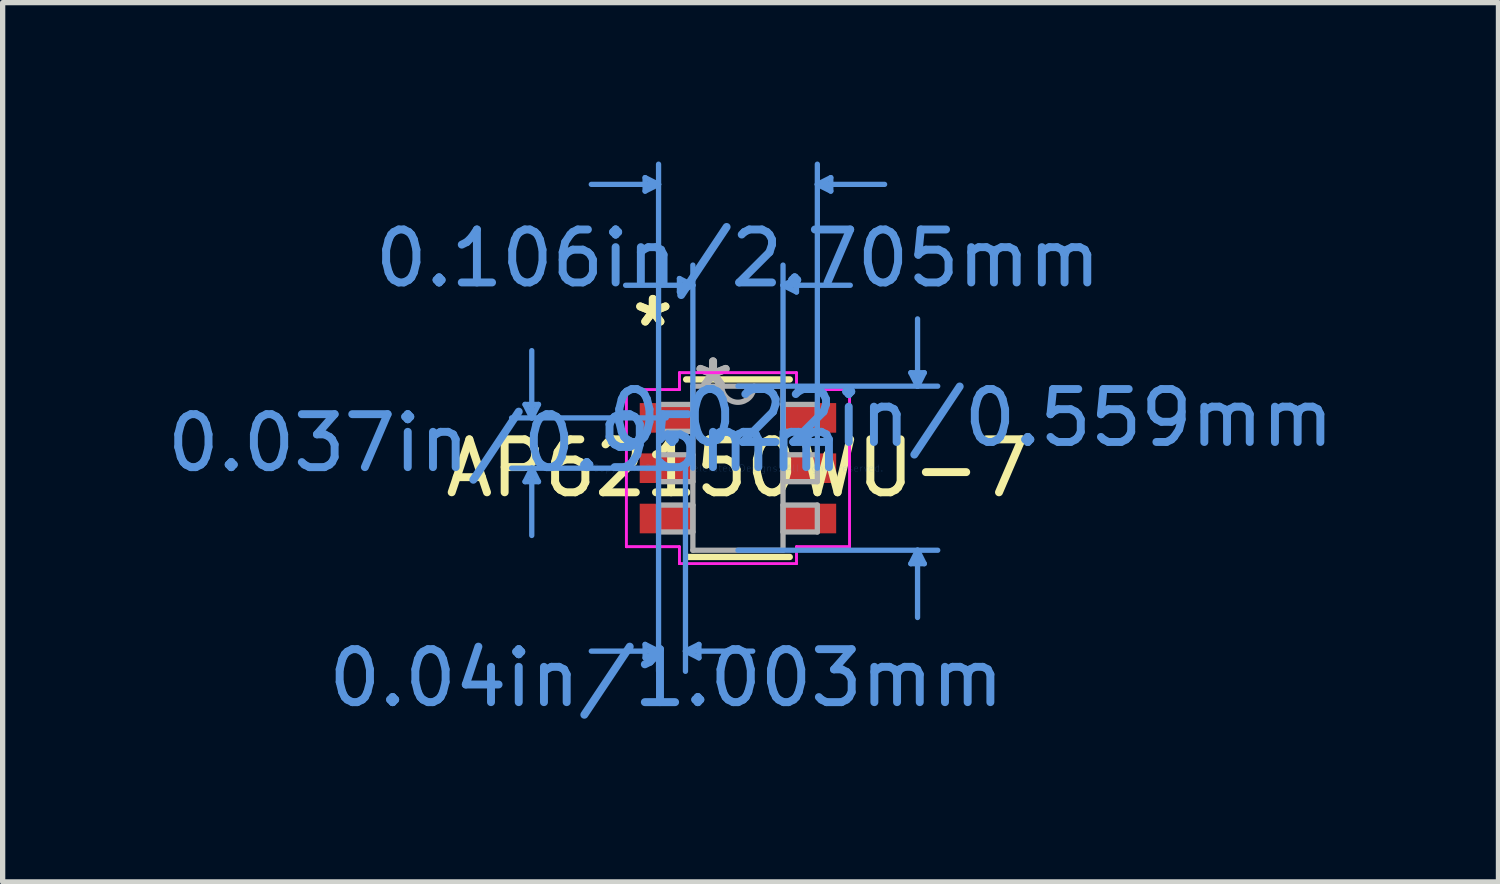
<source format=kicad_pcb>
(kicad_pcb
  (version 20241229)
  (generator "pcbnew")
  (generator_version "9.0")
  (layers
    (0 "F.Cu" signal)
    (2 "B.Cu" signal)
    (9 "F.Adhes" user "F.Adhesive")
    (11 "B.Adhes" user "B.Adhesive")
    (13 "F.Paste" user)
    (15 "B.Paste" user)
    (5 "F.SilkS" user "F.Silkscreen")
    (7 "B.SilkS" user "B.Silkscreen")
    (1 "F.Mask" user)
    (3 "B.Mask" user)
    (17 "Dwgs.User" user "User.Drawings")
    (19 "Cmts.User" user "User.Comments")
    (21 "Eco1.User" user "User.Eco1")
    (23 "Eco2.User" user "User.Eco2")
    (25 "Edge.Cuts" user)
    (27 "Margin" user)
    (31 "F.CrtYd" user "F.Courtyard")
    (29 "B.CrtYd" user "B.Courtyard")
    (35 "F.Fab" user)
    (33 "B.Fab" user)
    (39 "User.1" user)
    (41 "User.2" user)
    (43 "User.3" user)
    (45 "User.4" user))
  (footprint "AP62150WU-7"
    (layer "F.Cu")
    (at 10.883 5.79)
    (property "Reference" "AP62150WU-7" (at 0 0 0) (layer "F.SilkS") (effects (font (size 1 1) (thickness 0.15))))
    (attr through_hole)
    (fp_line (start -0.978 1.676) (end 0.978 1.676) (stroke (width 0.12) (type solid)) (layer "F.SilkS"))
    (fp_line (start 0.978 -1.676) (end -0.978 -1.676) (stroke (width 0.12) (type solid)) (layer "F.SilkS"))
    (fp_line (start -4.02 -1.204) (end -3.766 -1.204) (stroke (width 0.1) (type solid)) (layer "Cmts.User"))
    (fp_line (start -4.02 0.254) (end -3.766 0.254) (stroke (width 0.1) (type solid)) (layer "Cmts.User"))
    (fp_line (start -3.893 -0.95) (end -4.02 -1.204) (stroke (width 0.1) (type solid)) (layer "Cmts.User"))
    (fp_line (start -3.893 -0.95) (end -3.893 -2.22) (stroke (width 0.1) (type solid)) (layer "Cmts.User"))
    (fp_line (start -3.893 -0.95) (end -3.766 -1.204) (stroke (width 0.1) (type solid)) (layer "Cmts.User"))
    (fp_line (start -3.893 0) (end -4.02 0.254) (stroke (width 0.1) (type solid)) (layer "Cmts.User"))
    (fp_line (start -3.893 0) (end -3.893 1.27) (stroke (width 0.1) (type solid)) (layer "Cmts.User"))
    (fp_line (start -3.893 0) (end -3.766 0.254) (stroke (width 0.1) (type solid)) (layer "Cmts.User"))
    (fp_line (start -1.753 -5.486) (end -1.753 -5.232) (stroke (width 0.1) (type solid)) (layer "Cmts.User"))
    (fp_line (start -1.753 3.327) (end -1.753 3.581) (stroke (width 0.1) (type solid)) (layer "Cmts.User"))
    (fp_line (start -1.499 -5.359) (end -2.769 -5.359) (stroke (width 0.1) (type solid)) (layer "Cmts.User"))
    (fp_line (start -1.499 -5.359) (end -1.753 -5.486) (stroke (width 0.1) (type solid)) (layer "Cmts.User"))
    (fp_line (start -1.499 -5.359) (end -1.753 -5.232) (stroke (width 0.1) (type solid)) (layer "Cmts.User"))
    (fp_line (start -1.499 0) (end -1.499 -5.74) (stroke (width 0.1) (type solid)) (layer "Cmts.User"))
    (fp_line (start -1.499 0) (end -1.499 3.835) (stroke (width 0.1) (type solid)) (layer "Cmts.User"))
    (fp_line (start -1.499 3.454) (end -2.769 3.454) (stroke (width 0.1) (type solid)) (layer "Cmts.User"))
    (fp_line (start -1.499 3.454) (end -1.753 3.327) (stroke (width 0.1) (type solid)) (layer "Cmts.User"))
    (fp_line (start -1.499 3.454) (end -1.753 3.581) (stroke (width 0.1) (type solid)) (layer "Cmts.User"))
    (fp_line (start -1.353 -0.95) (end -4.274 -0.95) (stroke (width 0.1) (type solid)) (layer "Cmts.User"))
    (fp_line (start -1.353 0) (end -4.274 0) (stroke (width 0.1) (type solid)) (layer "Cmts.User"))
    (fp_line (start -1.105 -3.581) (end -1.105 -3.327) (stroke (width 0.1) (type solid)) (layer "Cmts.User"))
    (fp_line (start -0.991 0) (end -0.991 3.835) (stroke (width 0.1) (type solid)) (layer "Cmts.User"))
    (fp_line (start -0.991 3.454) (end -0.737 3.327) (stroke (width 0.1) (type solid)) (layer "Cmts.User"))
    (fp_line (start -0.991 3.454) (end -0.737 3.581) (stroke (width 0.1) (type solid)) (layer "Cmts.User"))
    (fp_line (start -0.991 3.454) (end 0.279 3.454) (stroke (width 0.1) (type solid)) (layer "Cmts.User"))
    (fp_line (start -0.851 -3.454) (end -2.121 -3.454) (stroke (width 0.1) (type solid)) (layer "Cmts.User"))
    (fp_line (start -0.851 -3.454) (end -1.105 -3.581) (stroke (width 0.1) (type solid)) (layer "Cmts.User"))
    (fp_line (start -0.851 -3.454) (end -1.105 -3.327) (stroke (width 0.1) (type solid)) (layer "Cmts.User"))
    (fp_line (start -0.851 0) (end -0.851 -3.835) (stroke (width 0.1) (type solid)) (layer "Cmts.User"))
    (fp_line (start -0.737 3.327) (end -0.737 3.581) (stroke (width 0.1) (type solid)) (layer "Cmts.User"))
    (fp_line (start 0 -1.549) (end 3.772 -1.549) (stroke (width 0.1) (type solid)) (layer "Cmts.User"))
    (fp_line (start 0 1.549) (end 3.772 1.549) (stroke (width 0.1) (type solid)) (layer "Cmts.User"))
    (fp_line (start 0.851 -3.454) (end 1.105 -3.581) (stroke (width 0.1) (type solid)) (layer "Cmts.User"))
    (fp_line (start 0.851 -3.454) (end 1.105 -3.327) (stroke (width 0.1) (type solid)) (layer "Cmts.User"))
    (fp_line (start 0.851 -3.454) (end 2.121 -3.454) (stroke (width 0.1) (type solid)) (layer "Cmts.User"))
    (fp_line (start 0.851 0) (end 0.851 -3.835) (stroke (width 0.1) (type solid)) (layer "Cmts.User"))
    (fp_line (start 1.105 -3.581) (end 1.105 -3.327) (stroke (width 0.1) (type solid)) (layer "Cmts.User"))
    (fp_line (start 1.499 -5.359) (end 1.753 -5.486) (stroke (width 0.1) (type solid)) (layer "Cmts.User"))
    (fp_line (start 1.499 -5.359) (end 1.753 -5.232) (stroke (width 0.1) (type solid)) (layer "Cmts.User"))
    (fp_line (start 1.499 -5.359) (end 2.769 -5.359) (stroke (width 0.1) (type solid)) (layer "Cmts.User"))
    (fp_line (start 1.499 0) (end 1.499 -5.74) (stroke (width 0.1) (type solid)) (layer "Cmts.User"))
    (fp_line (start 1.753 -5.486) (end 1.753 -5.232) (stroke (width 0.1) (type solid)) (layer "Cmts.User"))
    (fp_line (start 3.264 -1.803) (end 3.518 -1.803) (stroke (width 0.1) (type solid)) (layer "Cmts.User"))
    (fp_line (start 3.264 1.803) (end 3.518 1.803) (stroke (width 0.1) (type solid)) (layer "Cmts.User"))
    (fp_line (start 3.391 -1.549) (end 3.264 -1.803) (stroke (width 0.1) (type solid)) (layer "Cmts.User"))
    (fp_line (start 3.391 -1.549) (end 3.391 -2.819) (stroke (width 0.1) (type solid)) (layer "Cmts.User"))
    (fp_line (start 3.391 -1.549) (end 3.518 -1.803) (stroke (width 0.1) (type solid)) (layer "Cmts.User"))
    (fp_line (start 3.391 1.549) (end 3.264 1.803) (stroke (width 0.1) (type solid)) (layer "Cmts.User"))
    (fp_line (start 3.391 1.549) (end 3.391 2.819) (stroke (width 0.1) (type solid)) (layer "Cmts.User"))
    (fp_line (start 3.391 1.549) (end 3.518 1.803) (stroke (width 0.1) (type solid)) (layer "Cmts.User"))
    (fp_line (start -2.108 -1.483) (end -1.105 -1.483) (stroke (width 0.05) (type solid)) (layer "F.CrtYd"))
    (fp_line (start -2.108 -1.483) (end -1.105 -1.483) (stroke (width 0.05) (type solid)) (layer "F.CrtYd"))
    (fp_line (start -2.108 1.483) (end -2.108 -1.483) (stroke (width 0.05) (type solid)) (layer "F.CrtYd"))
    (fp_line (start -2.108 1.483) (end -2.108 -1.483) (stroke (width 0.05) (type solid)) (layer "F.CrtYd"))
    (fp_line (start -2.108 1.483) (end -1.105 1.483) (stroke (width 0.05) (type solid)) (layer "F.CrtYd"))
    (fp_line (start -1.105 -1.803) (end 1.105 -1.803) (stroke (width 0.05) (type solid)) (layer "F.CrtYd"))
    (fp_line (start -1.105 -1.803) (end 1.105 -1.803) (stroke (width 0.05) (type solid)) (layer "F.CrtYd"))
    (fp_line (start -1.105 -1.483) (end -1.105 -1.803) (stroke (width 0.05) (type solid)) (layer "F.CrtYd"))
    (fp_line (start -1.105 -1.483) (end -1.105 -1.803) (stroke (width 0.05) (type solid)) (layer "F.CrtYd"))
    (fp_line (start -1.105 1.483) (end -2.108 1.483) (stroke (width 0.05) (type solid)) (layer "F.CrtYd"))
    (fp_line (start -1.105 1.803) (end -1.105 1.483) (stroke (width 0.05) (type solid)) (layer "F.CrtYd"))
    (fp_line (start -1.105 1.803) (end -1.105 1.483) (stroke (width 0.05) (type solid)) (layer "F.CrtYd"))
    (fp_line (start 1.105 -1.803) (end 1.105 -1.483) (stroke (width 0.05) (type solid)) (layer "F.CrtYd"))
    (fp_line (start 1.105 -1.803) (end 1.105 -1.483) (stroke (width 0.05) (type solid)) (layer "F.CrtYd"))
    (fp_line (start 1.105 -1.483) (end 2.108 -1.483) (stroke (width 0.05) (type solid)) (layer "F.CrtYd"))
    (fp_line (start 1.105 1.483) (end 1.105 1.803) (stroke (width 0.05) (type solid)) (layer "F.CrtYd"))
    (fp_line (start 1.105 1.483) (end 1.105 1.803) (stroke (width 0.05) (type solid)) (layer "F.CrtYd"))
    (fp_line (start 1.105 1.803) (end -1.105 1.803) (stroke (width 0.05) (type solid)) (layer "F.CrtYd"))
    (fp_line (start 1.105 1.803) (end -1.105 1.803) (stroke (width 0.05) (type solid)) (layer "F.CrtYd"))
    (fp_line (start 2.108 -1.483) (end 1.105 -1.483) (stroke (width 0.05) (type solid)) (layer "F.CrtYd"))
    (fp_line (start 2.108 -1.483) (end 2.108 1.483) (stroke (width 0.05) (type solid)) (layer "F.CrtYd"))
    (fp_line (start 2.108 -1.483) (end 2.108 1.483) (stroke (width 0.05) (type solid)) (layer "F.CrtYd"))
    (fp_line (start 2.108 1.483) (end 1.105 1.483) (stroke (width 0.05) (type solid)) (layer "F.CrtYd"))
    (fp_line (start 2.108 1.483) (end 1.105 1.483) (stroke (width 0.05) (type solid)) (layer "F.CrtYd"))
    (fp_line (start -1.499 -1.204) (end -1.499 -0.696) (stroke (width 0.1) (type solid)) (layer "F.Fab"))
    (fp_line (start -1.499 -0.696) (end -0.851 -0.696) (stroke (width 0.1) (type solid)) (layer "F.Fab"))
    (fp_line (start -1.499 -0.254) (end -1.499 0.254) (stroke (width 0.1) (type solid)) (layer "F.Fab"))
    (fp_line (start -1.499 0.254) (end -0.851 0.254) (stroke (width 0.1) (type solid)) (layer "F.Fab"))
    (fp_line (start -1.499 0.696) (end -1.499 1.204) (stroke (width 0.1) (type solid)) (layer "F.Fab"))
    (fp_line (start -1.499 1.204) (end -0.851 1.204) (stroke (width 0.1) (type solid)) (layer "F.Fab"))
    (fp_line (start -0.851 -1.549) (end -0.851 1.549) (stroke (width 0.1) (type solid)) (layer "F.Fab"))
    (fp_line (start -0.851 -1.204) (end -1.499 -1.204) (stroke (width 0.1) (type solid)) (layer "F.Fab"))
    (fp_line (start -0.851 -0.696) (end -0.851 -1.204) (stroke (width 0.1) (type solid)) (layer "F.Fab"))
    (fp_line (start -0.851 -0.254) (end -1.499 -0.254) (stroke (width 0.1) (type solid)) (layer "F.Fab"))
    (fp_line (start -0.851 0.254) (end -0.851 -0.254) (stroke (width 0.1) (type solid)) (layer "F.Fab"))
    (fp_line (start -0.851 0.696) (end -1.499 0.696) (stroke (width 0.1) (type solid)) (layer "F.Fab"))
    (fp_line (start -0.851 1.204) (end -0.851 0.696) (stroke (width 0.1) (type solid)) (layer "F.Fab"))
    (fp_line (start -0.851 1.549) (end 0.851 1.549) (stroke (width 0.1) (type solid)) (layer "F.Fab"))
    (fp_line (start 0.851 -1.549) (end -0.851 -1.549) (stroke (width 0.1) (type solid)) (layer "F.Fab"))
    (fp_line (start 0.851 -1.204) (end 0.851 -0.696) (stroke (width 0.1) (type solid)) (layer "F.Fab"))
    (fp_line (start 0.851 -0.696) (end 1.499 -0.696) (stroke (width 0.1) (type solid)) (layer "F.Fab"))
    (fp_line (start 0.851 -0.254) (end 0.851 0.254) (stroke (width 0.1) (type solid)) (layer "F.Fab"))
    (fp_line (start 0.851 0.254) (end 1.499 0.254) (stroke (width 0.1) (type solid)) (layer "F.Fab"))
    (fp_line (start 0.851 0.696) (end 0.851 1.204) (stroke (width 0.1) (type solid)) (layer "F.Fab"))
    (fp_line (start 0.851 1.204) (end 1.499 1.204) (stroke (width 0.1) (type solid)) (layer "F.Fab"))
    (fp_line (start 0.851 1.549) (end 0.851 -1.549) (stroke (width 0.1) (type solid)) (layer "F.Fab"))
    (fp_line (start 1.499 -1.204) (end 0.851 -1.204) (stroke (width 0.1) (type solid)) (layer "F.Fab"))
    (fp_line (start 1.499 -0.696) (end 1.499 -1.204) (stroke (width 0.1) (type solid)) (layer "F.Fab"))
    (fp_line (start 1.499 -0.254) (end 0.851 -0.254) (stroke (width 0.1) (type solid)) (layer "F.Fab"))
    (fp_line (start 1.499 0.254) (end 1.499 -0.254) (stroke (width 0.1) (type solid)) (layer "F.Fab"))
    (fp_line (start 1.499 0.696) (end 0.851 0.696) (stroke (width 0.1) (type solid)) (layer "F.Fab"))
    (fp_line (start 1.499 1.204) (end 1.499 0.696) (stroke (width 0.1) (type solid)) (layer "F.Fab"))
    (fp_arc (start 0.3048 -1.5494) (mid 0 -1.2446) (end -0.3048 -1.5494) (stroke (width 0.1) (type solid)) (layer "F.Fab"))
    (fp_text user "*" (at -1.607 -2.652 0) (layer "F.SilkS") (effects (font (size 1 1) (thickness 0.15))))
    (fp_text user "*" (at -1.607 -2.652 0) (layer "F.SilkS") (effects (font (size 1 1) (thickness 0.15))))
    (fp_text user "0.106in/2.705mm" (at 0 -3.962 0) (layer "Cmts.User") (effects (font (size 1 1) (thickness 0.15))))
    (fp_text user "0.04in/1.003mm" (at -1.353 3.962 0) (layer "Cmts.User") (effects (font (size 1 1) (thickness 0.15))))
    (fp_text user "Copyright 2021 Accelerated Designs. All rights reserved." (at 0 0 0) (layer "Cmts.User") (effects (font (size 0.127 0.127) (thickness 0.002))))
    (fp_text user "0.037in/0.95mm" (at -4.401 -0.475 0) (layer "Cmts.User") (effects (font (size 1 1) (thickness 0.15))))
    (fp_text user "0.022in/0.559mm" (at 4.401 -0.95 0) (layer "Cmts.User") (effects (font (size 1 1) (thickness 0.15))))
    (fp_text user "*" (at -0.47 -1.473 0) (layer "F.Fab") (effects (font (size 1 1) (thickness 0.15))))
    (fp_text user "*" (at -0.47 -1.473 0) (layer "F.Fab") (effects (font (size 1 1) (thickness 0.15))))
    (pad "1" smd rect (at -1.353 -0.95) (size 1.003 0.559) (layers "F.Cu" "F.Mask" "F.Paste"))
    (pad "2" smd rect (at -1.353 0) (size 1.003 0.559) (layers "F.Cu" "F.Mask" "F.Paste"))
    (pad "3" smd rect (at -1.353 0.95) (size 1.003 0.559) (layers "F.Cu" "F.Mask" "F.Paste"))
    (pad "4" smd rect (at 1.353 0.95) (size 1.003 0.559) (layers "F.Cu" "F.Mask" "F.Paste"))
    (pad "5" smd rect (at 1.353 0) (size 1.003 0.559) (layers "F.Cu" "F.Mask" "F.Paste"))
    (pad "6" smd rect (at 1.353 -0.95) (size 1.003 0.559) (layers "F.Cu" "F.Mask" "F.Paste")))
  (gr_rect
    (start -3 -3)
    (end 25.242 13.601)
    (stroke (width 0.1) (type default))
    (fill no)
    (layer "Edge.Cuts")))
</source>
